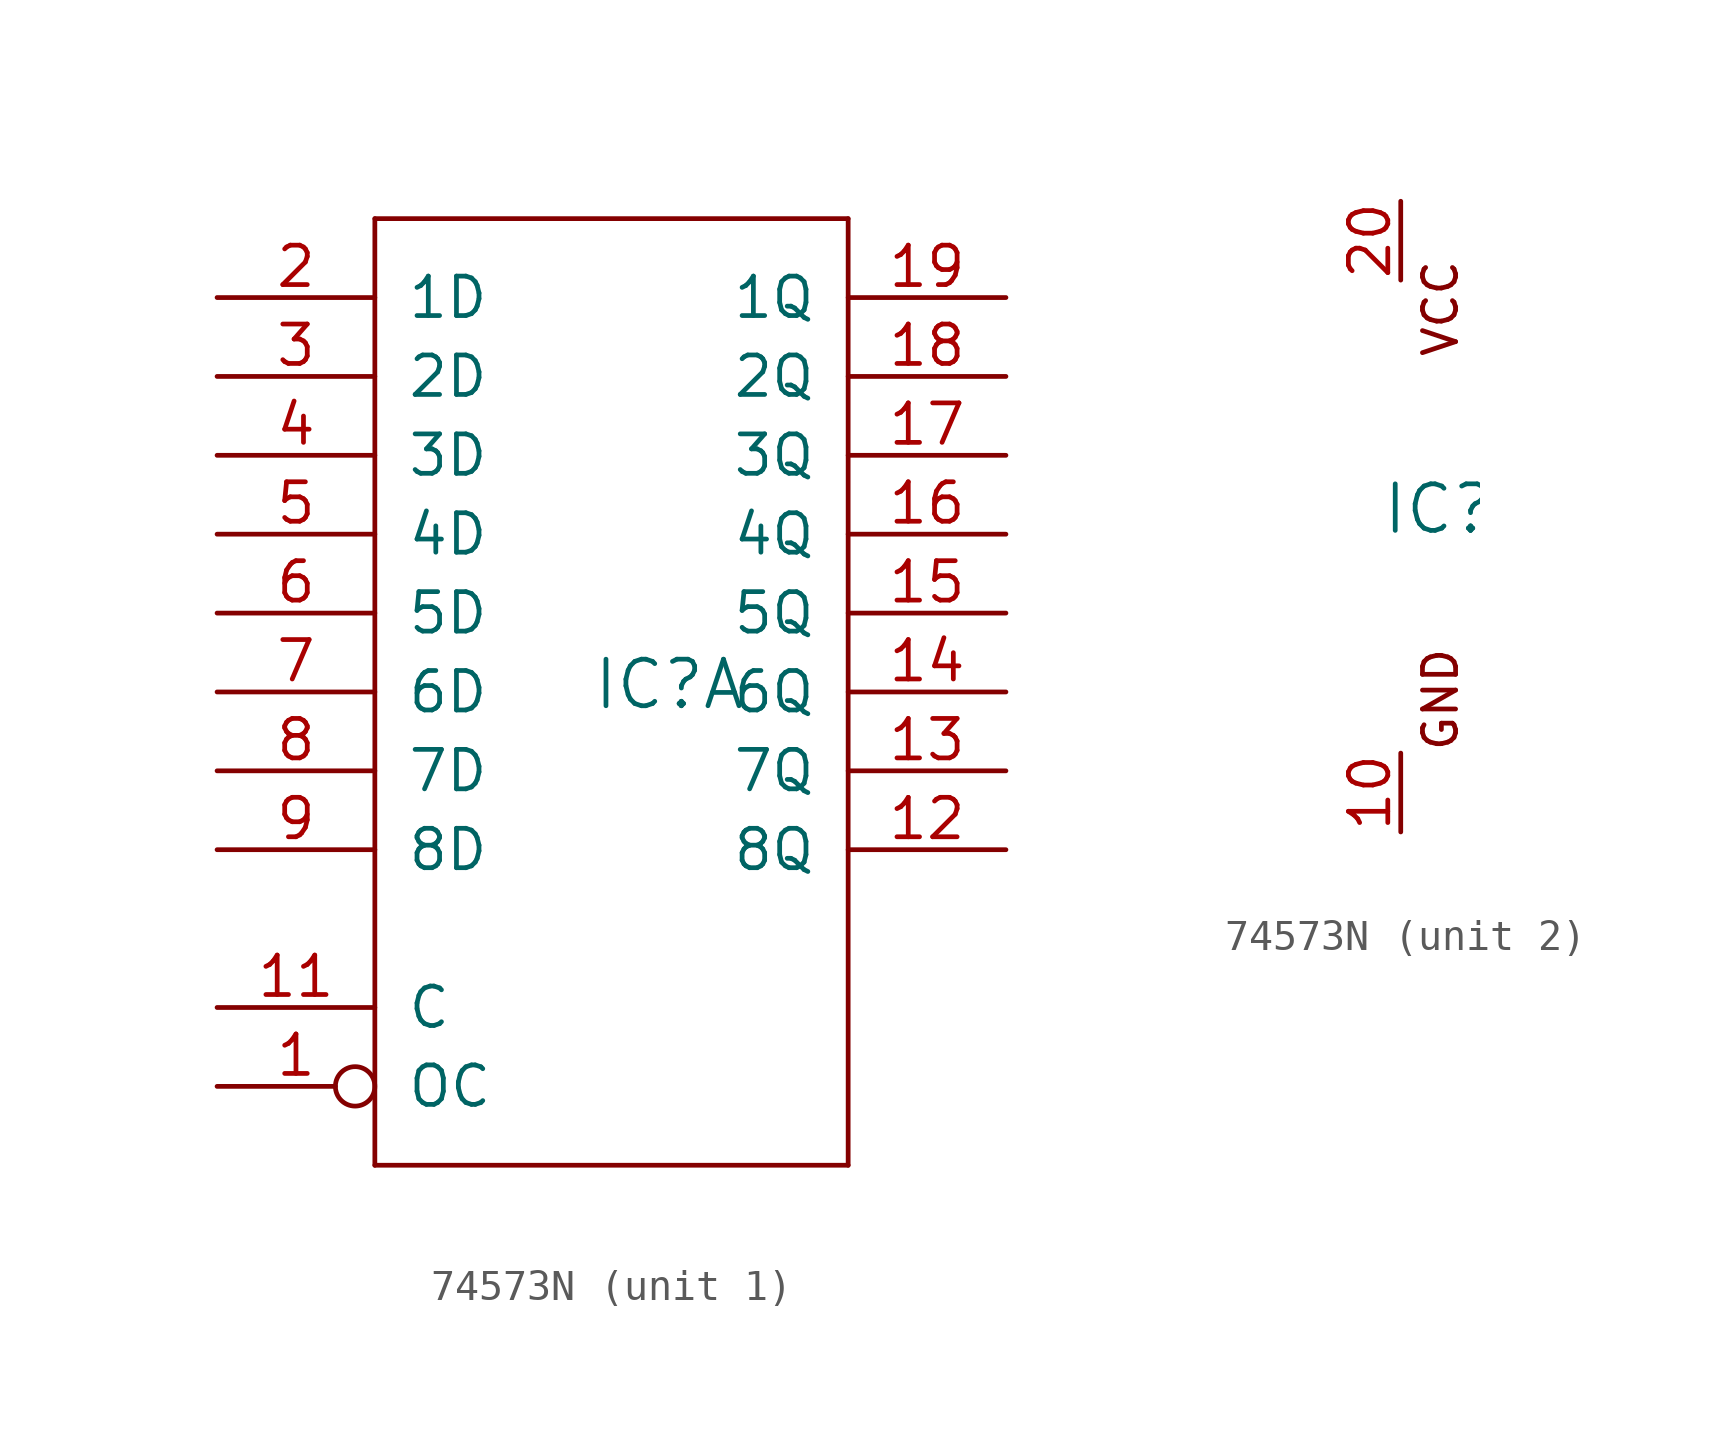
<source format=kicad_sym>
(kicad_symbol_lib
  (version 20211014)
  (generator kicad_symbol_editor)
  (symbol "74573N"
    (pin_names
      (offset 1.016))
    (property "Reference" "IC"
      (at -0.635 -0.635 0)
      (effects (font (size 1.499 1.499)) (justify left bottom)))
    (property "ki_locked" ""
      (at 0 0 0)
      (effects (font (size 1.27 1.27))))
    (symbol "74573N_1_0"
      (polyline (pts (xy -7.62 -15.24) (xy 7.62 -15.24)) (stroke (width 0) (type default) (color 0 0 0 0)) (fill (type none)))
      (polyline (pts (xy -7.62 15.24) (xy -7.62 -15.24)) (stroke (width 0) (type default) (color 0 0 0 0)) (fill (type none)))
      (polyline (pts (xy 7.62 -15.24) (xy 7.62 15.24)) (stroke (width 0) (type default) (color 0 0 0 0)) (fill (type none)))
      (polyline (pts (xy 7.62 15.24) (xy -7.62 15.24)) (stroke (width 0) (type default) (color 0 0 0 0)) (fill (type none)))
      (pin input inverted (at -12.7 -12.7 0) (length 5.08) (name "OC" (effects (font (size 1.27 1.27)))) (number "1" (effects (font (size 1.27 1.27)))))
      (pin input line (at -12.7 -10.16 0) (length 5.08) (name "C" (effects (font (size 1.27 1.27)))) (number "11" (effects (font (size 1.27 1.27)))))
      (pin tri_state line (at 12.7 -5.08 180) (length 5.08) (name "8Q" (effects (font (size 1.27 1.27)))) (number "12" (effects (font (size 1.27 1.27)))))
      (pin tri_state line (at 12.7 -2.54 180) (length 5.08) (name "7Q" (effects (font (size 1.27 1.27)))) (number "13" (effects (font (size 1.27 1.27)))))
      (pin tri_state line (at 12.7 0 180) (length 5.08) (name "6Q" (effects (font (size 1.27 1.27)))) (number "14" (effects (font (size 1.27 1.27)))))
      (pin tri_state line (at 12.7 2.54 180) (length 5.08) (name "5Q" (effects (font (size 1.27 1.27)))) (number "15" (effects (font (size 1.27 1.27)))))
      (pin tri_state line (at 12.7 5.08 180) (length 5.08) (name "4Q" (effects (font (size 1.27 1.27)))) (number "16" (effects (font (size 1.27 1.27)))))
      (pin tri_state line (at 12.7 7.62 180) (length 5.08) (name "3Q" (effects (font (size 1.27 1.27)))) (number "17" (effects (font (size 1.27 1.27)))))
      (pin tri_state line (at 12.7 10.16 180) (length 5.08) (name "2Q" (effects (font (size 1.27 1.27)))) (number "18" (effects (font (size 1.27 1.27)))))
      (pin tri_state line (at 12.7 12.7 180) (length 5.08) (name "1Q" (effects (font (size 1.27 1.27)))) (number "19" (effects (font (size 1.27 1.27)))))
      (pin input line (at -12.7 12.7 0) (length 5.08) (name "1D" (effects (font (size 1.27 1.27)))) (number "2" (effects (font (size 1.27 1.27)))))
      (pin input line (at -12.7 10.16 0) (length 5.08) (name "2D" (effects (font (size 1.27 1.27)))) (number "3" (effects (font (size 1.27 1.27)))))
      (pin input line (at -12.7 7.62 0) (length 5.08) (name "3D" (effects (font (size 1.27 1.27)))) (number "4" (effects (font (size 1.27 1.27)))))
      (pin input line (at -12.7 5.08 0) (length 5.08) (name "4D" (effects (font (size 1.27 1.27)))) (number "5" (effects (font (size 1.27 1.27)))))
      (pin input line (at -12.7 2.54 0) (length 5.08) (name "5D" (effects (font (size 1.27 1.27)))) (number "6" (effects (font (size 1.27 1.27)))))
      (pin input line (at -12.7 0 0) (length 5.08) (name "6D" (effects (font (size 1.27 1.27)))) (number "7" (effects (font (size 1.27 1.27)))))
      (pin input line (at -12.7 -2.54 0) (length 5.08) (name "7D" (effects (font (size 1.27 1.27)))) (number "8" (effects (font (size 1.27 1.27)))))
      (pin input line (at -12.7 -5.08 0) (length 5.08) (name "8D" (effects (font (size 1.27 1.27)))) (number "9" (effects (font (size 1.27 1.27))))))
    (symbol "74573N_2_0"
      (text "GND" (at 1.905 -7.62 900) (effects (font (size 1.067 1.067)) (justify left bottom)))
      (text "VCC" (at 1.905 5.08 900) (effects (font (size 1.067 1.067)) (justify left bottom)))
      (pin power_in line (at 0 -10.16 90) (length 2.54) (name "GND" (effects (font (size 0 0)))) (number "10" (effects (font (size 1.27 1.27)))))
      (pin power_in line (at 0 10.16 270) (length 2.54) (name "VCC" (effects (font (size 0 0)))) (number "20" (effects (font (size 1.27 1.27))))))))
</source>
